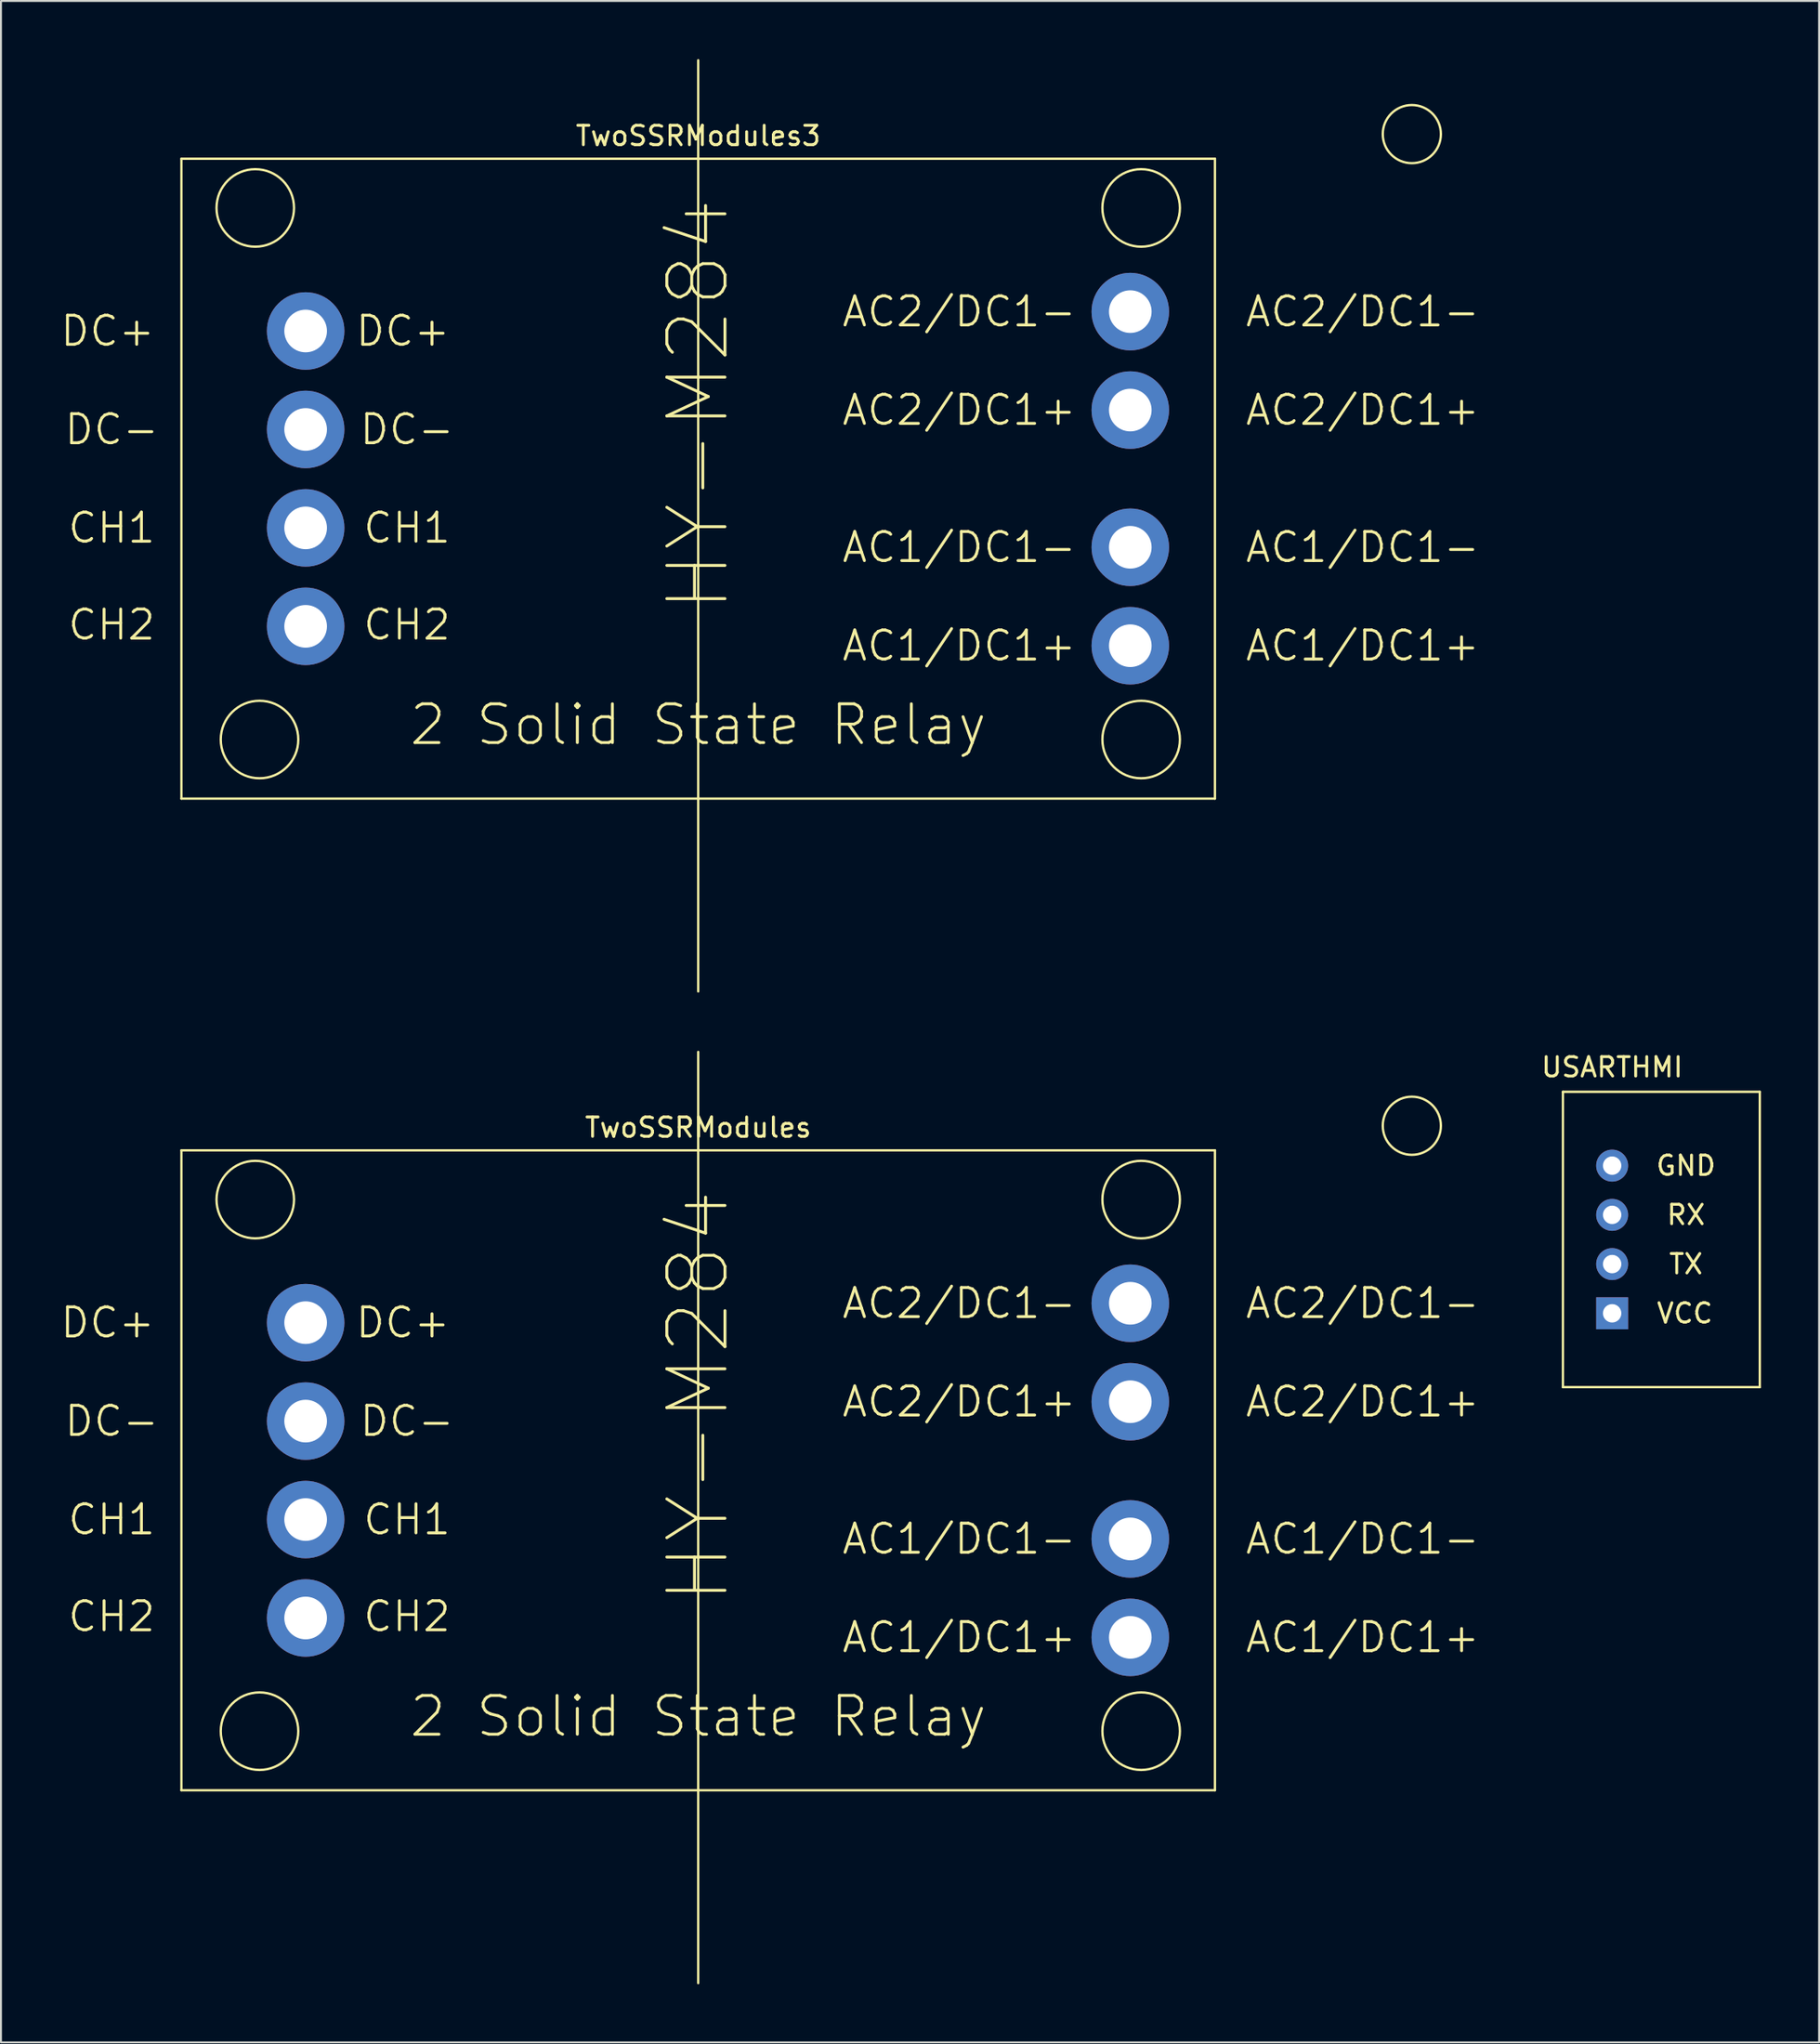
<source format=kicad_pcb>
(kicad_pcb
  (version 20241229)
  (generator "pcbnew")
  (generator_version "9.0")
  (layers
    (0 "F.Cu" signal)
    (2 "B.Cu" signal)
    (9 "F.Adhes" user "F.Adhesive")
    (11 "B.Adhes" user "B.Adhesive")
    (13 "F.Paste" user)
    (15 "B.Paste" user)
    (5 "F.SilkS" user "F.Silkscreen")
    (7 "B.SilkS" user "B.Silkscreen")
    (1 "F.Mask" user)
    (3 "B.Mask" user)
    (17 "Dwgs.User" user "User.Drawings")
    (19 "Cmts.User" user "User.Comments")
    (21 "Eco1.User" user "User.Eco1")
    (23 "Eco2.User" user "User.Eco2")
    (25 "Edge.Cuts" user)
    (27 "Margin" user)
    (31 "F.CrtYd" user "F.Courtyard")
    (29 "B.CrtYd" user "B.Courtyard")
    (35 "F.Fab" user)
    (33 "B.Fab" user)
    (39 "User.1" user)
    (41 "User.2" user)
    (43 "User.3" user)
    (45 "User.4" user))
  (footprint "TwoSSRModules3"
    (layer "F.Cu")
    (at 32.984 21.65)
    (property "Reference" "TwoSSRModules3" (at 0 -17.69 0) (layer "F.SilkS") (effects (font (size 1 1) (thickness 0.15))))
    (attr through_hole)
    (fp_line (start -26.67 -16.51) (end -26.67 16.51) (stroke (width 0.12) (type solid)) (layer "F.SilkS"))
    (fp_line (start -26.67 16.51) (end 26.67 16.51) (stroke (width 0.12) (type solid)) (layer "F.SilkS"))
    (fp_line (start 0 -21.59) (end 0 26.46) (stroke (width 0.12) (type solid)) (layer "F.SilkS"))
    (fp_line (start 26.67 -16.51) (end -26.67 -16.51) (stroke (width 0.12) (type solid)) (layer "F.SilkS"))
    (fp_line (start 26.67 -16.51) (end 26.67 16.51) (stroke (width 0.12) (type solid)) (layer "F.SilkS"))
    (fp_circle (center -22.86 -13.97) (end -20.86 -13.97) (stroke (width 0.12) (type solid)) (fill no) (layer "F.SilkS"))
    (fp_circle (center -22.64 13.46) (end -20.64 13.46) (stroke (width 0.12) (type solid)) (fill no) (layer "F.SilkS"))
    (fp_circle (center 22.86 -13.97) (end 24.86 -13.97) (stroke (width 0.12) (type solid)) (fill no) (layer "F.SilkS"))
    (fp_circle (center 22.86 13.46) (end 24.86 13.46) (stroke (width 0.12) (type solid)) (fill no) (layer "F.SilkS"))
    (fp_circle (center 36.83 -17.78) (end 38.33 -17.78) (stroke (width 0.12) (type solid)) (fill no) (layer "F.SilkS"))
    (fp_text user "AC1/DC1-" (at 34.29 3.54 0) (layer "F.SilkS") (effects (font (size 1.5 1.5) (thickness 0.15))))
    (fp_text user "AC1/DC1+" (at 34.29 8.62 0) (layer "F.SilkS") (effects (font (size 1.5 1.5) (thickness 0.15))))
    (fp_text user "AC2/DC1-" (at 34.29 -8.62 0) (layer "F.SilkS") (effects (font (size 1.5 1.5) (thickness 0.15))))
    (fp_text user "CH2" (at -30.27 7.54 0) (layer "F.SilkS") (effects (font (size 1.5 1.5) (thickness 0.15))))
    (fp_text user "2 Solid State Relay" (at 0 12.7 0) (layer "F.SilkS") (effects (font (size 2 2) (thickness 0.15))))
    (fp_text user "DC-" (at -30.27 -2.54 0) (layer "F.SilkS") (effects (font (size 1.5 1.5) (thickness 0.15))))
    (fp_text user "CH1" (at -15.03 2.54 0) (layer "F.SilkS") (effects (font (size 1.5 1.5) (thickness 0.15))))
    (fp_text user "CH1" (at -30.27 2.54 0) (layer "F.SilkS") (effects (font (size 1.5 1.5) (thickness 0.15))))
    (fp_text user "AC1/DC1-" (at 13.47 3.54 0) (layer "F.SilkS") (effects (font (size 1.5 1.5) (thickness 0.15))))
    (fp_text user "AC2/DC1+" (at 34.29 -3.54 0) (layer "F.SilkS") (effects (font (size 1.5 1.5) (thickness 0.15))))
    (fp_text user "DC+" (at -30.48 -7.62 0) (layer "F.SilkS") (effects (font (size 1.5 1.5) (thickness 0.15))))
    (fp_text user "AC2/DC1+" (at 13.47 -3.54 0) (layer "F.SilkS") (effects (font (size 1.5 1.5) (thickness 0.15))))
    (fp_text user "AC1/DC1+" (at 13.47 8.62 0) (layer "F.SilkS") (effects (font (size 1.5 1.5) (thickness 0.15))))
    (fp_text user "CH2" (at -15.03 7.54 0) (layer "F.SilkS") (effects (font (size 1.5 1.5) (thickness 0.15))))
    (fp_text user "AC2/DC1-" (at 13.47 -8.62 0) (layer "F.SilkS") (effects (font (size 1.5 1.5) (thickness 0.15))))
    (fp_text user "DC-" (at -15.03 -2.54 0) (layer "F.SilkS") (effects (font (size 1.5 1.5) (thickness 0.15))))
    (fp_text user "HY-M284" (at 0 -3.81 90) (layer "F.SilkS") (effects (font (size 3 3) (thickness 0.15))))
    (fp_text user "DC+" (at -15.24 -7.62 0) (layer "F.SilkS") (effects (font (size 1.5 1.5) (thickness 0.15))))
    (pad "1" thru_hole circle (at -20.26 -7.62 270) (size 4 4) (drill 2.2) (layers "*.Cu" "*.Mask"))
    (pad "2" thru_hole circle (at -20.26 -2.54 270) (size 4 4) (drill 2.2) (layers "*.Cu" "*.Mask"))
    (pad "3" thru_hole circle (at -20.26 2.54 270) (size 4 4) (drill 2.2) (layers "*.Cu" "*.Mask"))
    (pad "4" thru_hole circle (at -20.26 7.62 270) (size 4 4) (drill 2.2) (layers "*.Cu" "*.Mask"))
    (pad "5" thru_hole circle (at 22.3 8.62 90) (size 4 4) (drill 2.2) (layers "*.Cu" "*.Mask"))
    (pad "6" thru_hole circle (at 22.3 3.54 90) (size 4 4) (drill 2.2) (layers "*.Cu" "*.Mask"))
    (pad "7" thru_hole circle (at 22.3 -3.54 90) (size 4 4) (drill 2.2) (layers "*.Cu" "*.Mask"))
    (pad "8" thru_hole circle (at 22.3 -8.62 90) (size 4 4) (drill 2.2) (layers "*.Cu" "*.Mask")))
  (footprint "USARTHMI"
    (layer "F.Cu")
    (at 82.692 60.908)
    (property "Reference" "USARTHMI" (at -2.54 -8.89 0) (layer "F.SilkS") (effects (font (size 1 1) (thickness 0.15))))
    (attr through_hole)
    (fp_line (start -5.08 -7.62) (end 5.08 -7.62) (stroke (width 0.12) (type solid)) (layer "F.SilkS"))
    (fp_line (start -5.08 7.62) (end -5.08 -7.62) (stroke (width 0.12) (type solid)) (layer "F.SilkS"))
    (fp_line (start -5.08 7.62) (end 5.08 7.62) (stroke (width 0.12) (type solid)) (layer "F.SilkS"))
    (fp_line (start 5.08 -7.62) (end 5.08 7.62) (stroke (width 0.12) (type solid)) (layer "F.SilkS"))
    (fp_text user "RX" (at 1.27 -1.27 0) (layer "F.SilkS") (effects (font (size 1 1) (thickness 0.15))))
    (fp_text user "TX" (at 1.27 1.27 0) (layer "F.SilkS") (effects (font (size 1 1) (thickness 0.15))))
    (fp_text user "VCC" (at 1.21 3.81 0) (layer "F.SilkS") (effects (font (size 1 1) (thickness 0.15))))
    (fp_text user "GND" (at 1.27 -3.81 0) (layer "F.SilkS") (effects (font (size 1 1) (thickness 0.15))))
    (pad "1" thru_hole rect (at -2.54 3.81) (size 1.65 1.65) (drill 0.95) (layers "*.Cu" "*.Mask"))
    (pad "2" thru_hole circle (at -2.54 1.27) (size 1.65 1.65) (drill 0.95) (layers "*.Cu" "*.Mask"))
    (pad "3" thru_hole circle (at -2.54 -1.27) (size 1.65 1.65) (drill 0.95) (layers "*.Cu" "*.Mask"))
    (pad "4" thru_hole circle (at -2.54 -3.81) (size 1.65 1.65) (drill 0.95) (layers "*.Cu" "*.Mask")))
  (footprint "TwoSSRModules"
    (layer "F.Cu")
    (at 32.984 72.82)
    (property "Reference" "TwoSSRModules" (at 0 -17.69 0) (layer "F.SilkS") (effects (font (size 1 1) (thickness 0.15))))
    (attr through_hole)
    (fp_line (start -26.67 -16.51) (end -26.67 16.51) (stroke (width 0.12) (type solid)) (layer "F.SilkS"))
    (fp_line (start -26.67 16.51) (end 26.67 16.51) (stroke (width 0.12) (type solid)) (layer "F.SilkS"))
    (fp_line (start 0 -21.59) (end 0 26.46) (stroke (width 0.12) (type solid)) (layer "F.SilkS"))
    (fp_line (start 26.67 -16.51) (end -26.67 -16.51) (stroke (width 0.12) (type solid)) (layer "F.SilkS"))
    (fp_line (start 26.67 -16.51) (end 26.67 16.51) (stroke (width 0.12) (type solid)) (layer "F.SilkS"))
    (fp_circle (center -22.86 -13.97) (end -20.86 -13.97) (stroke (width 0.12) (type solid)) (fill no) (layer "F.SilkS"))
    (fp_circle (center -22.64 13.46) (end -20.64 13.46) (stroke (width 0.12) (type solid)) (fill no) (layer "F.SilkS"))
    (fp_circle (center 22.86 -13.97) (end 24.86 -13.97) (stroke (width 0.12) (type solid)) (fill no) (layer "F.SilkS"))
    (fp_circle (center 22.86 13.46) (end 24.86 13.46) (stroke (width 0.12) (type solid)) (fill no) (layer "F.SilkS"))
    (fp_circle (center 36.83 -17.78) (end 38.33 -17.78) (stroke (width 0.12) (type solid)) (fill no) (layer "F.SilkS"))
    (fp_text user "AC2/DC1-" (at 34.29 -8.62 0) (layer "F.SilkS") (effects (font (size 1.5 1.5) (thickness 0.15))))
    (fp_text user "AC1/DC1-" (at 13.47 3.54 0) (layer "F.SilkS") (effects (font (size 1.5 1.5) (thickness 0.15))))
    (fp_text user "CH1" (at -15.03 2.54 0) (layer "F.SilkS") (effects (font (size 1.5 1.5) (thickness 0.15))))
    (fp_text user "CH1" (at -30.27 2.54 0) (layer "F.SilkS") (effects (font (size 1.5 1.5) (thickness 0.15))))
    (fp_text user "DC-" (at -30.27 -2.54 0) (layer "F.SilkS") (effects (font (size 1.5 1.5) (thickness 0.15))))
    (fp_text user "CH2" (at -30.27 7.54 0) (layer "F.SilkS") (effects (font (size 1.5 1.5) (thickness 0.15))))
    (fp_text user "AC2/DC1+" (at 13.47 -3.54 0) (layer "F.SilkS") (effects (font (size 1.5 1.5) (thickness 0.15))))
    (fp_text user "DC+" (at -15.24 -7.62 0) (layer "F.SilkS") (effects (font (size 1.5 1.5) (thickness 0.15))))
    (fp_text user "HY-M284" (at 0 -3.81 90) (layer "F.SilkS") (effects (font (size 3 3) (thickness 0.15))))
    (fp_text user "AC2/DC1-" (at 13.47 -8.62 0) (layer "F.SilkS") (effects (font (size 1.5 1.5) (thickness 0.15))))
    (fp_text user "AC1/DC1-" (at 34.29 3.54 0) (layer "F.SilkS") (effects (font (size 1.5 1.5) (thickness 0.15))))
    (fp_text user "2 Solid State Relay" (at 0 12.7 0) (layer "F.SilkS") (effects (font (size 2 2) (thickness 0.15))))
    (fp_text user "AC1/DC1+" (at 13.47 8.62 0) (layer "F.SilkS") (effects (font (size 1.5 1.5) (thickness 0.15))))
    (fp_text user "CH2" (at -15.03 7.54 0) (layer "F.SilkS") (effects (font (size 1.5 1.5) (thickness 0.15))))
    (fp_text user "AC2/DC1+" (at 34.29 -3.54 0) (layer "F.SilkS") (effects (font (size 1.5 1.5) (thickness 0.15))))
    (fp_text user "AC1/DC1+" (at 34.29 8.62 0) (layer "F.SilkS") (effects (font (size 1.5 1.5) (thickness 0.15))))
    (fp_text user "DC-" (at -15.03 -2.54 0) (layer "F.SilkS") (effects (font (size 1.5 1.5) (thickness 0.15))))
    (fp_text user "DC+" (at -30.48 -7.62 0) (layer "F.SilkS") (effects (font (size 1.5 1.5) (thickness 0.15))))
    (pad "1" thru_hole circle (at -20.26 -7.62 270) (size 4 4) (drill 2.2) (layers "*.Cu" "*.Mask"))
    (pad "2" thru_hole circle (at -20.26 -2.54 270) (size 4 4) (drill 2.2) (layers "*.Cu" "*.Mask"))
    (pad "3" thru_hole circle (at -20.26 2.54 270) (size 4 4) (drill 2.2) (layers "*.Cu" "*.Mask"))
    (pad "4" thru_hole circle (at -20.26 7.62 270) (size 4 4) (drill 2.2) (layers "*.Cu" "*.Mask"))
    (pad "5" thru_hole circle (at 22.3 8.62 90) (size 4 4) (drill 2.2) (layers "*.Cu" "*.Mask"))
    (pad "6" thru_hole circle (at 22.3 3.54 90) (size 4 4) (drill 2.2) (layers "*.Cu" "*.Mask"))
    (pad "7" thru_hole circle (at 22.3 -3.54 90) (size 4 4) (drill 2.2) (layers "*.Cu" "*.Mask"))
    (pad "8" thru_hole circle (at 22.3 -8.62 90) (size 4 4) (drill 2.2) (layers "*.Cu" "*.Mask")))
  (gr_rect
    (start -3 -3)
    (end 90.832 102.34)
    (stroke (width 0.1) (type default))
    (fill no)
    (layer "Edge.Cuts")))
</source>
